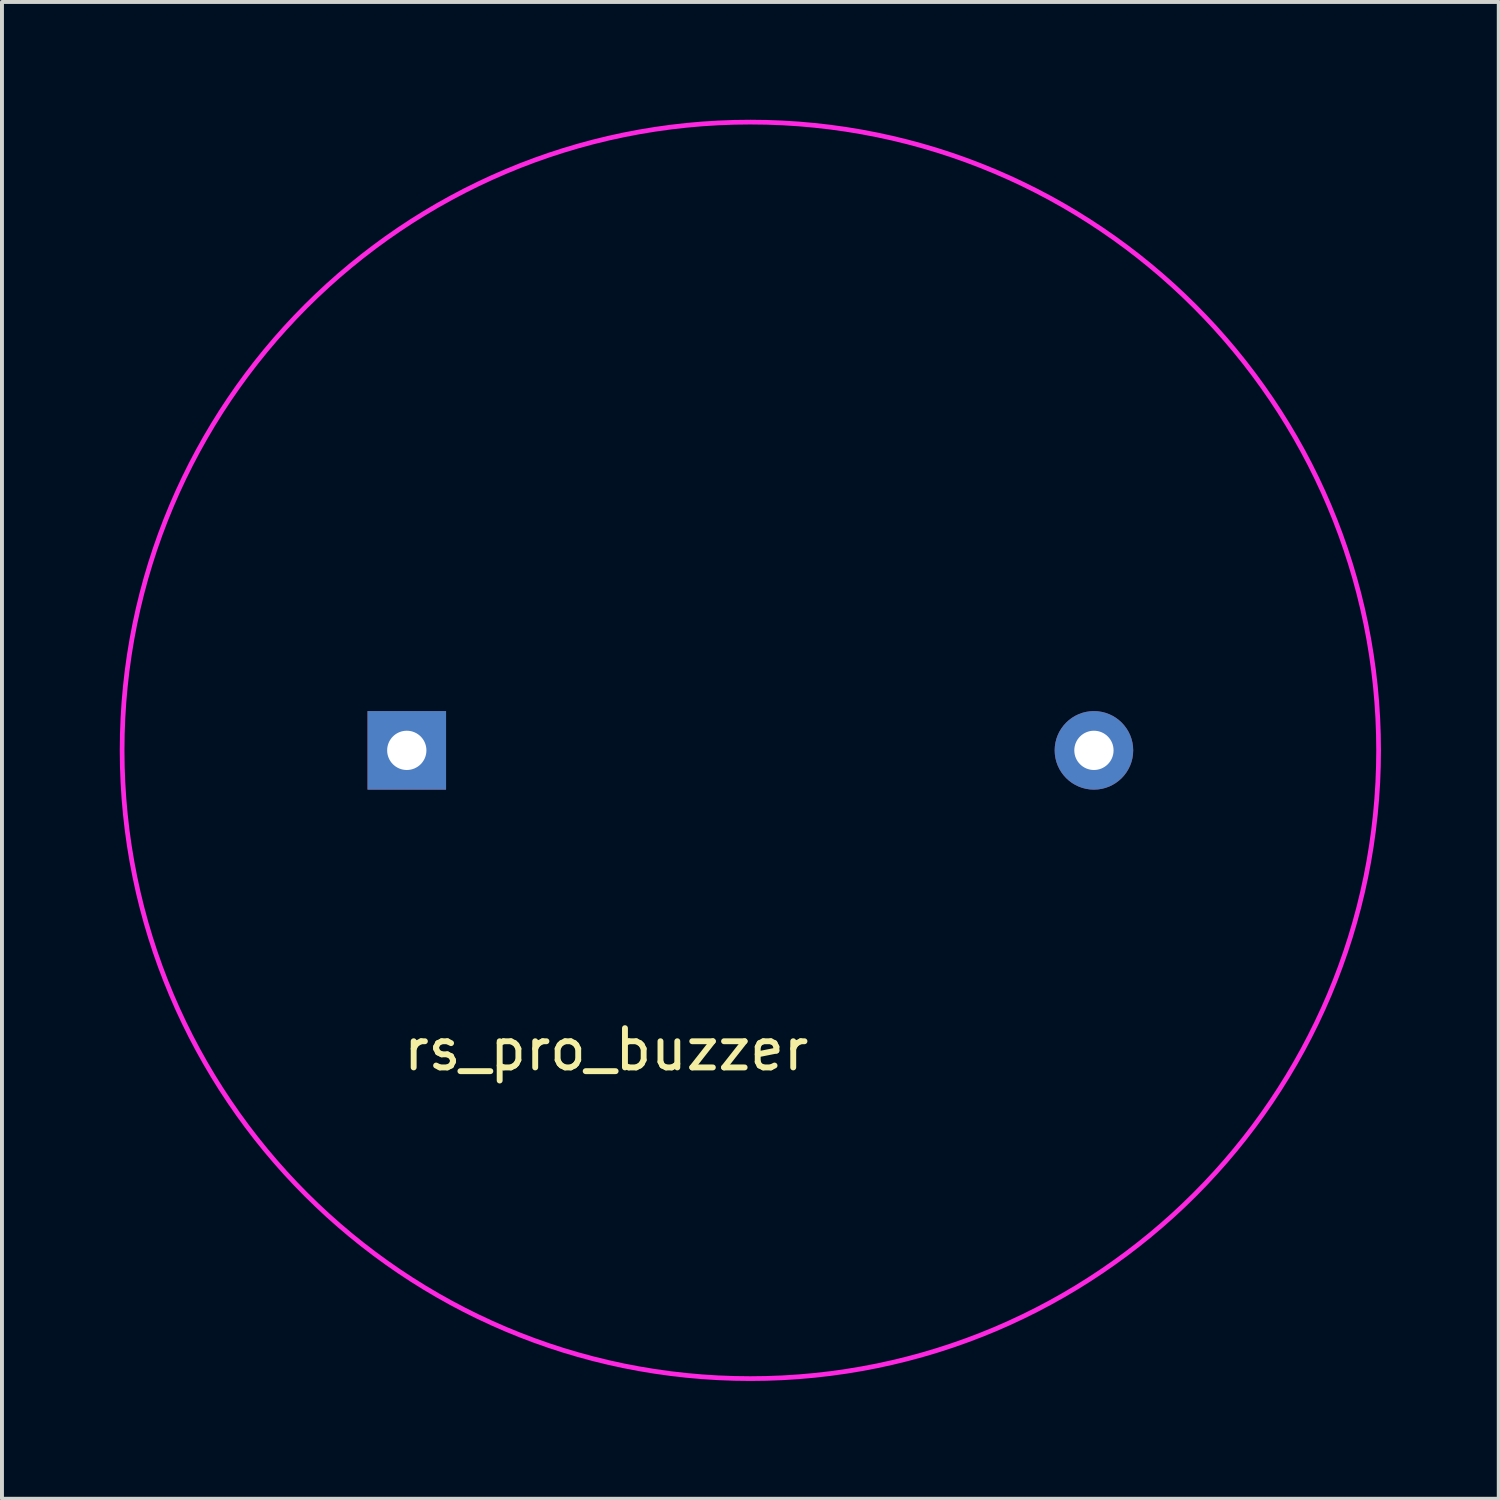
<source format=kicad_pcb>
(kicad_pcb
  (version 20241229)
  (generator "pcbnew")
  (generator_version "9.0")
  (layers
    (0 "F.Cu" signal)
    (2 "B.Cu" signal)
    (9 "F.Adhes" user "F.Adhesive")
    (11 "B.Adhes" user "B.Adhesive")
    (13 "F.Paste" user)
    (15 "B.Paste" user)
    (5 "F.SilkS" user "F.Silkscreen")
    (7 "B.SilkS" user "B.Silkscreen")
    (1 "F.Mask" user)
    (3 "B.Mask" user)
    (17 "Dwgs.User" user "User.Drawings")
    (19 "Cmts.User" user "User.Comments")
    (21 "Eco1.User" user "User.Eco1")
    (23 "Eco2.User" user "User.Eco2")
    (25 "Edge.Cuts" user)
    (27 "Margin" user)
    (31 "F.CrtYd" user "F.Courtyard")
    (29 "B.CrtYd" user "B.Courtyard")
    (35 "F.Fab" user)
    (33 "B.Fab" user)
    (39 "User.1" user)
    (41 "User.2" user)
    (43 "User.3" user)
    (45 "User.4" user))
  (footprint "rs_pro_buzzer"
    (layer "F.Cu")
    (at 7.31 16.06)
    (property "Reference" "rs_pro_buzzer" (at 5.08 7.62 0) (layer "F.SilkS") (effects (font (size 1 1) (thickness 0.15))))
    (attr through_hole)
    (fp_circle (center 8.75 0) (end 24.75 0) (stroke (width 0.12) (type solid)) (fill no) (layer "F.CrtYd"))
    (pad "1" thru_hole rect (at 0 0) (size 2 2) (drill 1) (layers "*.Cu" "*.Mask"))
    (pad "2" thru_hole circle (at 17.5 0) (size 2 2) (drill 1) (layers "*.Cu" "*.Mask")))
  (gr_rect
    (start -3 -3)
    (end 35.12 35.12)
    (stroke (width 0.1) (type default))
    (fill no)
    (layer "Edge.Cuts")))
</source>
